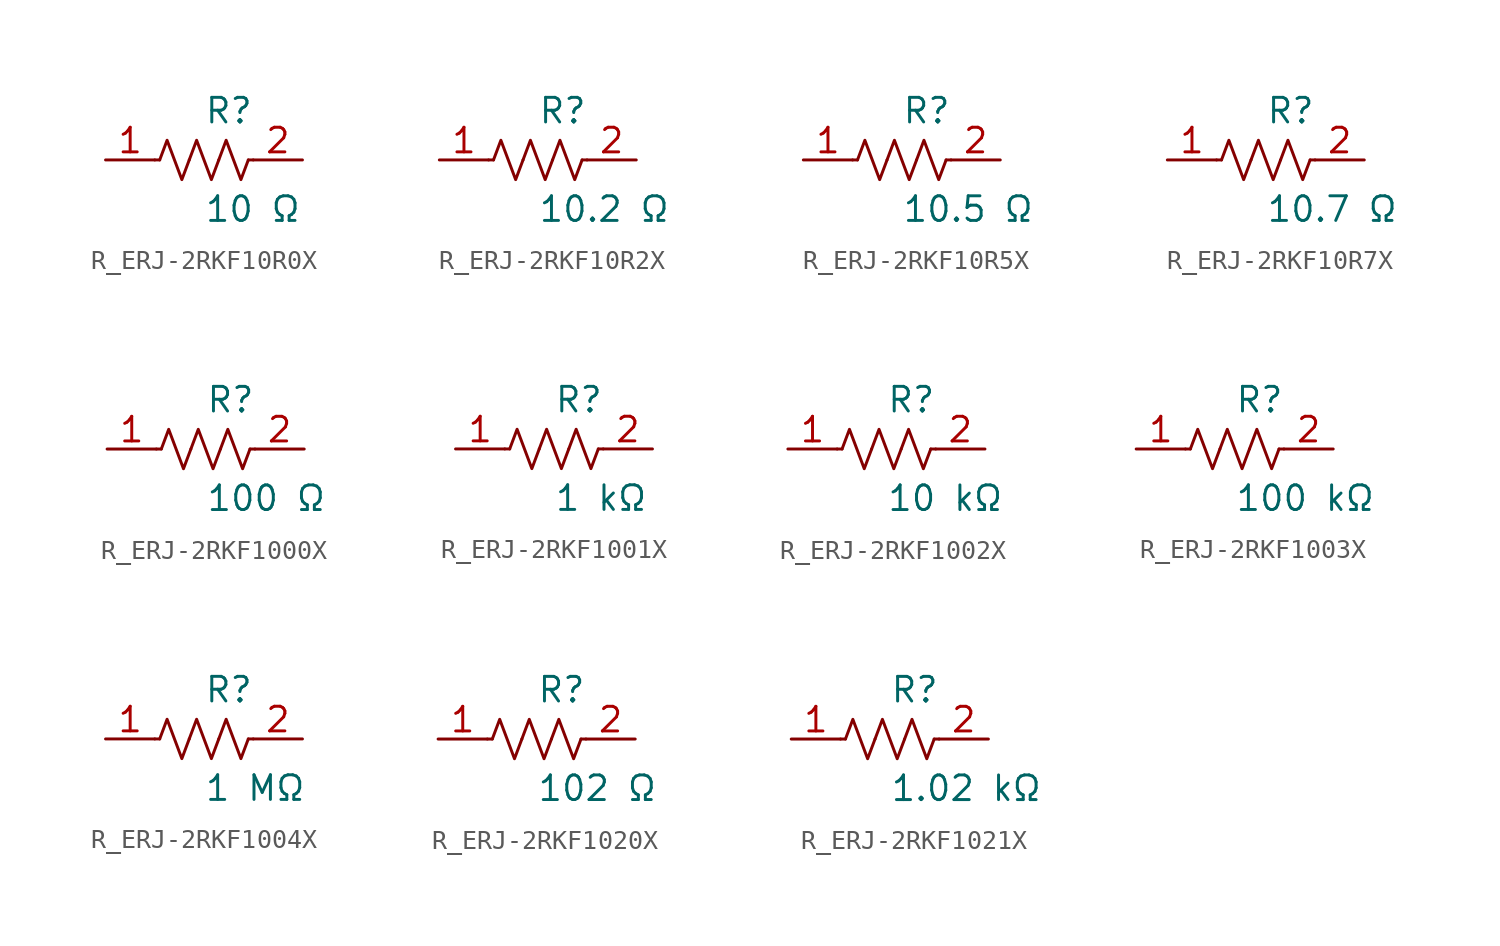
<source format=kicad_sym>
(kicad_symbol_lib
  (version 20231120)
  (generator kicad_symbol_editor)
  (generator_version 8.0)
  (symbol "R_ERJ-2RKF10R0X"
    (pin_names
      (offset 0.254))
    (property "Reference" "R"
      (at 0 2.54 0)
      (effects (font (size 1.27 1.27)) (justify left)))
    (property "Value" "10 Ω"
      (at 0 -2.54 0)
      (effects (font (size 1.27 1.27)) (justify left)))
    (symbol "R_ERJ-2RKF10R0X_0_1"
      (polyline (pts (xy 2.286 0) (xy 2.54 0)) (stroke (width 0) (type default)) (fill (type none)))
      (polyline (pts (xy -2.286 0) (xy -2.54 0)) (stroke (width 0) (type default)) (fill (type none)))
      (polyline (pts (xy 0.762 0) (xy 1.143 1.016) (xy 1.524 0) (xy 1.905 -1.016) (xy 2.286 0)) (stroke (width 0) (type default)) (fill (type none)))
      (polyline (pts (xy -0.762 0) (xy -0.381 1.016) (xy 0 0) (xy 0.381 -1.016) (xy 0.762 0)) (stroke (width 0) (type default)) (fill (type none)))
      (polyline (pts (xy -2.286 0) (xy -1.905 1.016) (xy -1.524 0) (xy -1.143 -1.016) (xy -0.762 0)) (stroke (width 0) (type default)) (fill (type none))))
    (pin unspecified line
      (at -5.08 0 0)
      (length 2.54)
      (name "" (effects (font (size 1.27 1.27))))
      (number "1" (effects (font (size 1.27 1.27)))))
    (pin unspecified line
      (at 5.08 0 180)
      (length 2.54)
      (name "" (effects (font (size 1.27 1.27))))
      (number "2" (effects (font (size 1.27 1.27))))))
  (symbol "R_ERJ-2RKF10R2X"
    (pin_names
      (offset 0.254))
    (property "Reference" "R"
      (at 0 2.54 0)
      (effects (font (size 1.27 1.27)) (justify left)))
    (property "Value" "10.2 Ω"
      (at 0 -2.54 0)
      (effects (font (size 1.27 1.27)) (justify left)))
    (symbol "R_ERJ-2RKF10R2X_0_1"
      (polyline (pts (xy 2.286 0) (xy 2.54 0)) (stroke (width 0) (type default)) (fill (type none)))
      (polyline (pts (xy -2.286 0) (xy -2.54 0)) (stroke (width 0) (type default)) (fill (type none)))
      (polyline (pts (xy 0.762 0) (xy 1.143 1.016) (xy 1.524 0) (xy 1.905 -1.016) (xy 2.286 0)) (stroke (width 0) (type default)) (fill (type none)))
      (polyline (pts (xy -0.762 0) (xy -0.381 1.016) (xy 0 0) (xy 0.381 -1.016) (xy 0.762 0)) (stroke (width 0) (type default)) (fill (type none)))
      (polyline (pts (xy -2.286 0) (xy -1.905 1.016) (xy -1.524 0) (xy -1.143 -1.016) (xy -0.762 0)) (stroke (width 0) (type default)) (fill (type none))))
    (pin unspecified line
      (at -5.08 0 0)
      (length 2.54)
      (name "" (effects (font (size 1.27 1.27))))
      (number "1" (effects (font (size 1.27 1.27)))))
    (pin unspecified line
      (at 5.08 0 180)
      (length 2.54)
      (name "" (effects (font (size 1.27 1.27))))
      (number "2" (effects (font (size 1.27 1.27))))))
  (symbol "R_ERJ-2RKF10R5X"
    (pin_names
      (offset 0.254))
    (property "Reference" "R"
      (at 0 2.54 0)
      (effects (font (size 1.27 1.27)) (justify left)))
    (property "Value" "10.5 Ω"
      (at 0 -2.54 0)
      (effects (font (size 1.27 1.27)) (justify left)))
    (symbol "R_ERJ-2RKF10R5X_0_1"
      (polyline (pts (xy 2.286 0) (xy 2.54 0)) (stroke (width 0) (type default)) (fill (type none)))
      (polyline (pts (xy -2.286 0) (xy -2.54 0)) (stroke (width 0) (type default)) (fill (type none)))
      (polyline (pts (xy 0.762 0) (xy 1.143 1.016) (xy 1.524 0) (xy 1.905 -1.016) (xy 2.286 0)) (stroke (width 0) (type default)) (fill (type none)))
      (polyline (pts (xy -0.762 0) (xy -0.381 1.016) (xy 0 0) (xy 0.381 -1.016) (xy 0.762 0)) (stroke (width 0) (type default)) (fill (type none)))
      (polyline (pts (xy -2.286 0) (xy -1.905 1.016) (xy -1.524 0) (xy -1.143 -1.016) (xy -0.762 0)) (stroke (width 0) (type default)) (fill (type none))))
    (pin unspecified line
      (at -5.08 0 0)
      (length 2.54)
      (name "" (effects (font (size 1.27 1.27))))
      (number "1" (effects (font (size 1.27 1.27)))))
    (pin unspecified line
      (at 5.08 0 180)
      (length 2.54)
      (name "" (effects (font (size 1.27 1.27))))
      (number "2" (effects (font (size 1.27 1.27))))))
  (symbol "R_ERJ-2RKF10R7X"
    (pin_names
      (offset 0.254))
    (property "Reference" "R"
      (at 0 2.54 0)
      (effects (font (size 1.27 1.27)) (justify left)))
    (property "Value" "10.7 Ω"
      (at 0 -2.54 0)
      (effects (font (size 1.27 1.27)) (justify left)))
    (symbol "R_ERJ-2RKF10R7X_0_1"
      (polyline (pts (xy 2.286 0) (xy 2.54 0)) (stroke (width 0) (type default)) (fill (type none)))
      (polyline (pts (xy -2.286 0) (xy -2.54 0)) (stroke (width 0) (type default)) (fill (type none)))
      (polyline (pts (xy 0.762 0) (xy 1.143 1.016) (xy 1.524 0) (xy 1.905 -1.016) (xy 2.286 0)) (stroke (width 0) (type default)) (fill (type none)))
      (polyline (pts (xy -0.762 0) (xy -0.381 1.016) (xy 0 0) (xy 0.381 -1.016) (xy 0.762 0)) (stroke (width 0) (type default)) (fill (type none)))
      (polyline (pts (xy -2.286 0) (xy -1.905 1.016) (xy -1.524 0) (xy -1.143 -1.016) (xy -0.762 0)) (stroke (width 0) (type default)) (fill (type none))))
    (pin unspecified line
      (at -5.08 0 0)
      (length 2.54)
      (name "" (effects (font (size 1.27 1.27))))
      (number "1" (effects (font (size 1.27 1.27)))))
    (pin unspecified line
      (at 5.08 0 180)
      (length 2.54)
      (name "" (effects (font (size 1.27 1.27))))
      (number "2" (effects (font (size 1.27 1.27))))))
  (symbol "R_ERJ-2RKF1000X"
    (pin_names
      (offset 0.254))
    (property "Reference" "R"
      (at 0 2.54 0)
      (effects (font (size 1.27 1.27)) (justify left)))
    (property "Value" "100 Ω"
      (at 0 -2.54 0)
      (effects (font (size 1.27 1.27)) (justify left)))
    (symbol "R_ERJ-2RKF1000X_0_1"
      (polyline (pts (xy 2.286 0) (xy 2.54 0)) (stroke (width 0) (type default)) (fill (type none)))
      (polyline (pts (xy -2.286 0) (xy -2.54 0)) (stroke (width 0) (type default)) (fill (type none)))
      (polyline (pts (xy 0.762 0) (xy 1.143 1.016) (xy 1.524 0) (xy 1.905 -1.016) (xy 2.286 0)) (stroke (width 0) (type default)) (fill (type none)))
      (polyline (pts (xy -0.762 0) (xy -0.381 1.016) (xy 0 0) (xy 0.381 -1.016) (xy 0.762 0)) (stroke (width 0) (type default)) (fill (type none)))
      (polyline (pts (xy -2.286 0) (xy -1.905 1.016) (xy -1.524 0) (xy -1.143 -1.016) (xy -0.762 0)) (stroke (width 0) (type default)) (fill (type none))))
    (pin unspecified line
      (at -5.08 0 0)
      (length 2.54)
      (name "" (effects (font (size 1.27 1.27))))
      (number "1" (effects (font (size 1.27 1.27)))))
    (pin unspecified line
      (at 5.08 0 180)
      (length 2.54)
      (name "" (effects (font (size 1.27 1.27))))
      (number "2" (effects (font (size 1.27 1.27))))))
  (symbol "R_ERJ-2RKF1001X"
    (pin_names
      (offset 0.254))
    (property "Reference" "R"
      (at 0 2.54 0)
      (effects (font (size 1.27 1.27)) (justify left)))
    (property "Value" "1 kΩ"
      (at 0 -2.54 0)
      (effects (font (size 1.27 1.27)) (justify left)))
    (symbol "R_ERJ-2RKF1001X_0_1"
      (polyline (pts (xy 2.286 0) (xy 2.54 0)) (stroke (width 0) (type default)) (fill (type none)))
      (polyline (pts (xy -2.286 0) (xy -2.54 0)) (stroke (width 0) (type default)) (fill (type none)))
      (polyline (pts (xy 0.762 0) (xy 1.143 1.016) (xy 1.524 0) (xy 1.905 -1.016) (xy 2.286 0)) (stroke (width 0) (type default)) (fill (type none)))
      (polyline (pts (xy -0.762 0) (xy -0.381 1.016) (xy 0 0) (xy 0.381 -1.016) (xy 0.762 0)) (stroke (width 0) (type default)) (fill (type none)))
      (polyline (pts (xy -2.286 0) (xy -1.905 1.016) (xy -1.524 0) (xy -1.143 -1.016) (xy -0.762 0)) (stroke (width 0) (type default)) (fill (type none))))
    (pin unspecified line
      (at -5.08 0 0)
      (length 2.54)
      (name "" (effects (font (size 1.27 1.27))))
      (number "1" (effects (font (size 1.27 1.27)))))
    (pin unspecified line
      (at 5.08 0 180)
      (length 2.54)
      (name "" (effects (font (size 1.27 1.27))))
      (number "2" (effects (font (size 1.27 1.27))))))
  (symbol "R_ERJ-2RKF1002X"
    (pin_names
      (offset 0.254))
    (property "Reference" "R"
      (at 0 2.54 0)
      (effects (font (size 1.27 1.27)) (justify left)))
    (property "Value" "10 kΩ"
      (at 0 -2.54 0)
      (effects (font (size 1.27 1.27)) (justify left)))
    (symbol "R_ERJ-2RKF1002X_0_1"
      (polyline (pts (xy 2.286 0) (xy 2.54 0)) (stroke (width 0) (type default)) (fill (type none)))
      (polyline (pts (xy -2.286 0) (xy -2.54 0)) (stroke (width 0) (type default)) (fill (type none)))
      (polyline (pts (xy 0.762 0) (xy 1.143 1.016) (xy 1.524 0) (xy 1.905 -1.016) (xy 2.286 0)) (stroke (width 0) (type default)) (fill (type none)))
      (polyline (pts (xy -0.762 0) (xy -0.381 1.016) (xy 0 0) (xy 0.381 -1.016) (xy 0.762 0)) (stroke (width 0) (type default)) (fill (type none)))
      (polyline (pts (xy -2.286 0) (xy -1.905 1.016) (xy -1.524 0) (xy -1.143 -1.016) (xy -0.762 0)) (stroke (width 0) (type default)) (fill (type none))))
    (pin unspecified line
      (at -5.08 0 0)
      (length 2.54)
      (name "" (effects (font (size 1.27 1.27))))
      (number "1" (effects (font (size 1.27 1.27)))))
    (pin unspecified line
      (at 5.08 0 180)
      (length 2.54)
      (name "" (effects (font (size 1.27 1.27))))
      (number "2" (effects (font (size 1.27 1.27))))))
  (symbol "R_ERJ-2RKF1003X"
    (pin_names
      (offset 0.254))
    (property "Reference" "R"
      (at 0 2.54 0)
      (effects (font (size 1.27 1.27)) (justify left)))
    (property "Value" "100 kΩ"
      (at 0 -2.54 0)
      (effects (font (size 1.27 1.27)) (justify left)))
    (symbol "R_ERJ-2RKF1003X_0_1"
      (polyline (pts (xy 2.286 0) (xy 2.54 0)) (stroke (width 0) (type default)) (fill (type none)))
      (polyline (pts (xy -2.286 0) (xy -2.54 0)) (stroke (width 0) (type default)) (fill (type none)))
      (polyline (pts (xy 0.762 0) (xy 1.143 1.016) (xy 1.524 0) (xy 1.905 -1.016) (xy 2.286 0)) (stroke (width 0) (type default)) (fill (type none)))
      (polyline (pts (xy -0.762 0) (xy -0.381 1.016) (xy 0 0) (xy 0.381 -1.016) (xy 0.762 0)) (stroke (width 0) (type default)) (fill (type none)))
      (polyline (pts (xy -2.286 0) (xy -1.905 1.016) (xy -1.524 0) (xy -1.143 -1.016) (xy -0.762 0)) (stroke (width 0) (type default)) (fill (type none))))
    (pin unspecified line
      (at -5.08 0 0)
      (length 2.54)
      (name "" (effects (font (size 1.27 1.27))))
      (number "1" (effects (font (size 1.27 1.27)))))
    (pin unspecified line
      (at 5.08 0 180)
      (length 2.54)
      (name "" (effects (font (size 1.27 1.27))))
      (number "2" (effects (font (size 1.27 1.27))))))
  (symbol "R_ERJ-2RKF1004X"
    (pin_names
      (offset 0.254))
    (property "Reference" "R"
      (at 0 2.54 0)
      (effects (font (size 1.27 1.27)) (justify left)))
    (property "Value" "1 MΩ"
      (at 0 -2.54 0)
      (effects (font (size 1.27 1.27)) (justify left)))
    (symbol "R_ERJ-2RKF1004X_0_1"
      (polyline (pts (xy 2.286 0) (xy 2.54 0)) (stroke (width 0) (type default)) (fill (type none)))
      (polyline (pts (xy -2.286 0) (xy -2.54 0)) (stroke (width 0) (type default)) (fill (type none)))
      (polyline (pts (xy 0.762 0) (xy 1.143 1.016) (xy 1.524 0) (xy 1.905 -1.016) (xy 2.286 0)) (stroke (width 0) (type default)) (fill (type none)))
      (polyline (pts (xy -0.762 0) (xy -0.381 1.016) (xy 0 0) (xy 0.381 -1.016) (xy 0.762 0)) (stroke (width 0) (type default)) (fill (type none)))
      (polyline (pts (xy -2.286 0) (xy -1.905 1.016) (xy -1.524 0) (xy -1.143 -1.016) (xy -0.762 0)) (stroke (width 0) (type default)) (fill (type none))))
    (pin unspecified line
      (at -5.08 0 0)
      (length 2.54)
      (name "" (effects (font (size 1.27 1.27))))
      (number "1" (effects (font (size 1.27 1.27)))))
    (pin unspecified line
      (at 5.08 0 180)
      (length 2.54)
      (name "" (effects (font (size 1.27 1.27))))
      (number "2" (effects (font (size 1.27 1.27))))))
  (symbol "R_ERJ-2RKF1020X"
    (pin_names
      (offset 0.254))
    (property "Reference" "R"
      (at 0 2.54 0)
      (effects (font (size 1.27 1.27)) (justify left)))
    (property "Value" "102 Ω"
      (at 0 -2.54 0)
      (effects (font (size 1.27 1.27)) (justify left)))
    (symbol "R_ERJ-2RKF1020X_0_1"
      (polyline (pts (xy 2.286 0) (xy 2.54 0)) (stroke (width 0) (type default)) (fill (type none)))
      (polyline (pts (xy -2.286 0) (xy -2.54 0)) (stroke (width 0) (type default)) (fill (type none)))
      (polyline (pts (xy 0.762 0) (xy 1.143 1.016) (xy 1.524 0) (xy 1.905 -1.016) (xy 2.286 0)) (stroke (width 0) (type default)) (fill (type none)))
      (polyline (pts (xy -0.762 0) (xy -0.381 1.016) (xy 0 0) (xy 0.381 -1.016) (xy 0.762 0)) (stroke (width 0) (type default)) (fill (type none)))
      (polyline (pts (xy -2.286 0) (xy -1.905 1.016) (xy -1.524 0) (xy -1.143 -1.016) (xy -0.762 0)) (stroke (width 0) (type default)) (fill (type none))))
    (pin unspecified line
      (at -5.08 0 0)
      (length 2.54)
      (name "" (effects (font (size 1.27 1.27))))
      (number "1" (effects (font (size 1.27 1.27)))))
    (pin unspecified line
      (at 5.08 0 180)
      (length 2.54)
      (name "" (effects (font (size 1.27 1.27))))
      (number "2" (effects (font (size 1.27 1.27))))))
  (symbol "R_ERJ-2RKF1021X"
    (pin_names
      (offset 0.254))
    (property "Reference" "R"
      (at 0 2.54 0)
      (effects (font (size 1.27 1.27)) (justify left)))
    (property "Value" "1.02 kΩ"
      (at 0 -2.54 0)
      (effects (font (size 1.27 1.27)) (justify left)))
    (symbol "R_ERJ-2RKF1021X_0_1"
      (polyline (pts (xy 2.286 0) (xy 2.54 0)) (stroke (width 0) (type default)) (fill (type none)))
      (polyline (pts (xy -2.286 0) (xy -2.54 0)) (stroke (width 0) (type default)) (fill (type none)))
      (polyline (pts (xy 0.762 0) (xy 1.143 1.016) (xy 1.524 0) (xy 1.905 -1.016) (xy 2.286 0)) (stroke (width 0) (type default)) (fill (type none)))
      (polyline (pts (xy -0.762 0) (xy -0.381 1.016) (xy 0 0) (xy 0.381 -1.016) (xy 0.762 0)) (stroke (width 0) (type default)) (fill (type none)))
      (polyline (pts (xy -2.286 0) (xy -1.905 1.016) (xy -1.524 0) (xy -1.143 -1.016) (xy -0.762 0)) (stroke (width 0) (type default)) (fill (type none))))
    (pin unspecified line
      (at -5.08 0 0)
      (length 2.54)
      (name "" (effects (font (size 1.27 1.27))))
      (number "1" (effects (font (size 1.27 1.27)))))
    (pin unspecified line
      (at 5.08 0 180)
      (length 2.54)
      (name "" (effects (font (size 1.27 1.27))))
      (number "2" (effects (font (size 1.27 1.27)))))))
</source>
